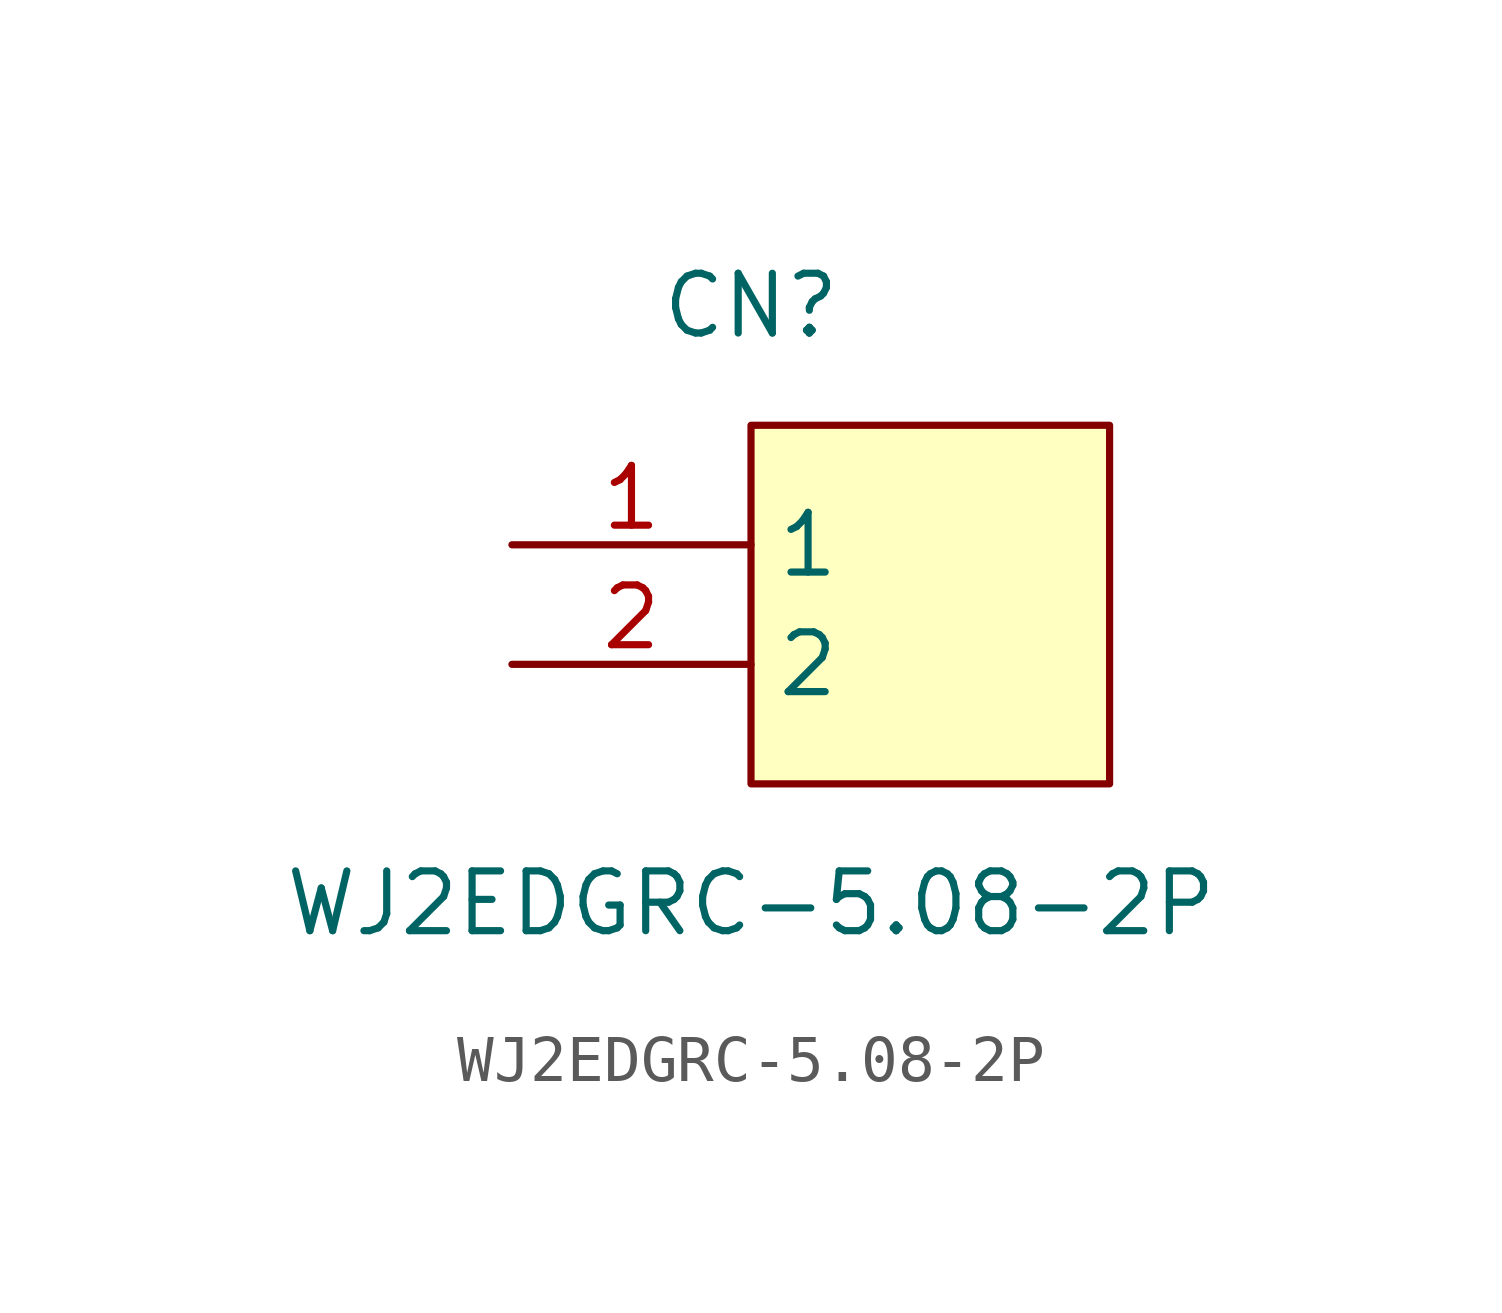
<source format=kicad_sym>
(kicad_symbol_lib
  (version 20211014)
  (generator https://github.com/uPesy/easyeda2kicad.py)
  (symbol "WJ2EDGRC-5.08-2P"
    (property "Reference" "CN"
      (at 0 7.62 0)
      (effects (font (size 1.27 1.27))))
    (property "Value" "WJ2EDGRC-5.08-2P"
      (at 0 -5.08 0)
      (effects (font (size 1.27 1.27))))
    (symbol "WJ2EDGRC-5.08-2P_0_1"
      (rectangle (start 0.00 5.08) (end 7.62 -2.54) (stroke (width 0) (type default) (color 0 0 0 0)) (fill (type background)))
      (pin unspecified line (at -5.08 2.54 0) (length 5.08) (name "1" (effects (font (size 1.27 1.27)))) (number "1" (effects (font (size 1.27 1.27)))))
      (pin unspecified line (at -5.08 -0.00 0) (length 5.08) (name "2" (effects (font (size 1.27 1.27)))) (number "2" (effects (font (size 1.27 1.27))))))))
</source>
